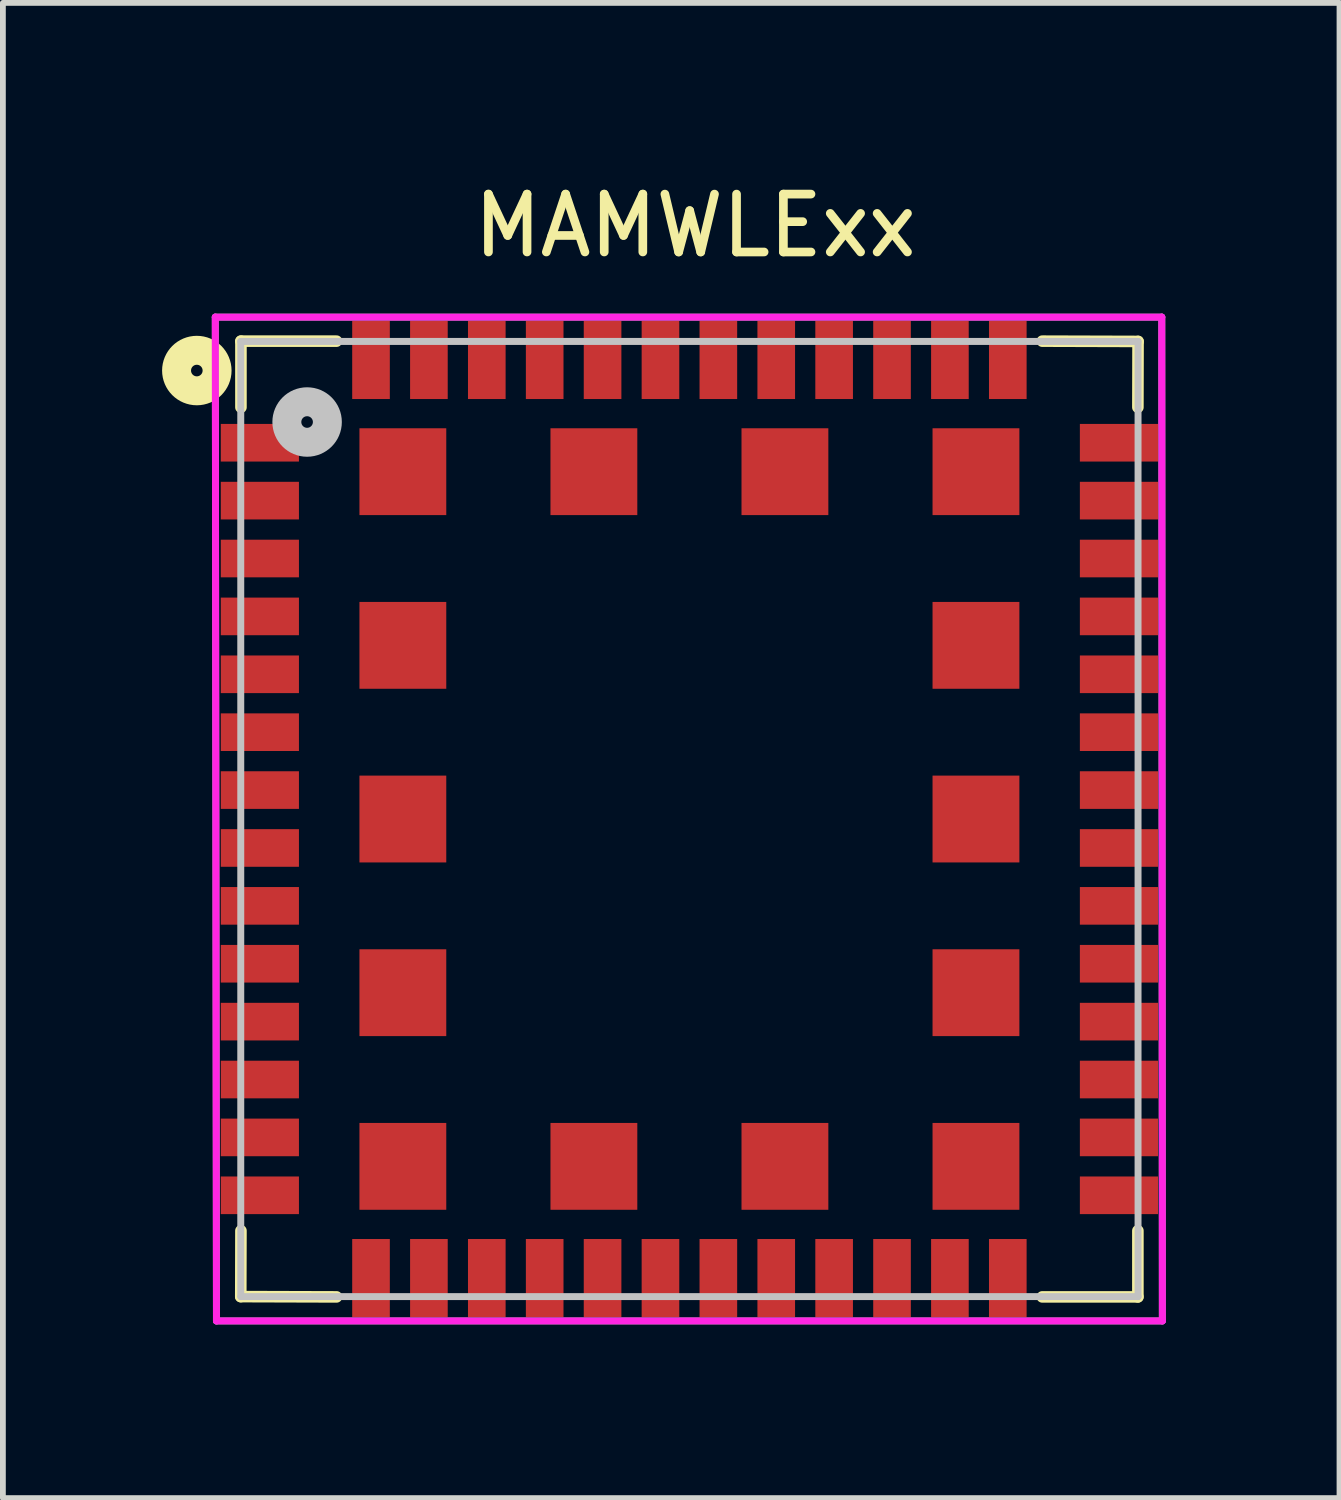
<source format=kicad_pcb>
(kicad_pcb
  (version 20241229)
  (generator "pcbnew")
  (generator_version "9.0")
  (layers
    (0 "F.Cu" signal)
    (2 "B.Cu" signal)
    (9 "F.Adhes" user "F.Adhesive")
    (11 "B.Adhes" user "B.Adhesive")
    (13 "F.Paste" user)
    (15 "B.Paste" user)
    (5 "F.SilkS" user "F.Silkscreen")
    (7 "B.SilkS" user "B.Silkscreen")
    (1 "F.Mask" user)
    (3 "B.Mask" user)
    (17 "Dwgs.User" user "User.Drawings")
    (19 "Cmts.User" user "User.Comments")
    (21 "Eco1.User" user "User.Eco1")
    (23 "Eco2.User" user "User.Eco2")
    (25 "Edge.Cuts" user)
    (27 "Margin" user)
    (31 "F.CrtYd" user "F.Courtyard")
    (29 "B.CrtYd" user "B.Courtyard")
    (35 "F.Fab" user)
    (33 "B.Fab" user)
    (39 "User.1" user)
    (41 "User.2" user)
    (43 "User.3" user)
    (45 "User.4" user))
  (footprint "MAMWLExx"
    (layer "F.Cu")
    (at 8.859 11.098)
    (property "Reference" "MAMWLExx" (at 0.1 -10.25 0) (layer "F.SilkS") (effects (font (size 1 1) (thickness 0.15))))
    (attr through_hole)
    (fp_line (start -7.75 8.25) (end -7.747 7.112) (stroke (width 0.2) (type solid)) (layer "F.SilkS"))
    (fp_line (start -7.75 8.25) (end -6.096 8.255) (stroke (width 0.2) (type solid)) (layer "F.SilkS"))
    (fp_line (start -7.747 -8.255) (end -6.096 -8.255) (stroke (width 0.2) (type solid)) (layer "F.SilkS"))
    (fp_line (start -7.747 -7.112) (end -7.747 -8.255) (stroke (width 0.2) (type solid)) (layer "F.SilkS"))
    (fp_line (start 7.747 7.112) (end 7.747 8.255) (stroke (width 0.2) (type solid)) (layer "F.SilkS"))
    (fp_line (start 7.747 8.255) (end 6.096 8.255) (stroke (width 0.2) (type solid)) (layer "F.SilkS"))
    (fp_line (start 7.75 -8.25) (end 6.096 -8.255) (stroke (width 0.2) (type solid)) (layer "F.SilkS"))
    (fp_line (start 7.75 -8.25) (end 7.747 -7.112) (stroke (width 0.2) (type solid)) (layer "F.SilkS"))
    (fp_circle (center -8.509 -7.747) (end -8.409 -7.747) (stroke (width 0.5) (type solid)) (fill no) (layer "F.SilkS"))
    (fp_line (start -7.75 -8.25) (end -7.75 8.25) (stroke (width 0.12) (type solid)) (layer "Dwgs.User"))
    (fp_line (start -7.75 8.25) (end 7.75 8.25) (stroke (width 0.12) (type solid)) (layer "Dwgs.User"))
    (fp_line (start 7.75 -8.25) (end -7.75 -8.25) (stroke (width 0.12) (type solid)) (layer "Dwgs.User"))
    (fp_line (start 7.75 8.25) (end 7.75 -8.25) (stroke (width 0.12) (type solid)) (layer "Dwgs.User"))
    (fp_circle (center -6.604 -6.858) (end -6.504 -6.858) (stroke (width 0.5) (type solid)) (fill no) (layer "Dwgs.User"))
    (fp_line (start -8.19 -8.67) (end 8.16 -8.67) (stroke (width 0.12) (type solid)) (layer "F.CrtYd"))
    (fp_line (start -8.17 8.67) (end -8.19 -8.67) (stroke (width 0.12) (type solid)) (layer "F.CrtYd"))
    (fp_line (start 8.16 -8.67) (end 8.17 8.67) (stroke (width 0.12) (type solid)) (layer "F.CrtYd"))
    (fp_line (start 8.17 8.67) (end -8.17 8.67) (stroke (width 0.12) (type solid)) (layer "F.CrtYd"))
    (fp_line (start -8.19 -8.67) (end -8.17 8.67) (stroke (width 0.12) (type solid)) (layer "F.Fab"))
    (fp_line (start -8.17 8.67) (end 8.17 8.67) (stroke (width 0.12) (type solid)) (layer "F.Fab"))
    (fp_line (start 8.16 -8.67) (end -8.19 -8.67) (stroke (width 0.12) (type solid)) (layer "F.Fab"))
    (fp_line (start 8.17 8.67) (end 8.16 -8.67) (stroke (width 0.12) (type solid)) (layer "F.Fab"))
    (pad "1" smd rect (at -7.42 -6.5) (size 1.35 0.65) (layers "F.Cu" "F.Mask" "F.Paste"))
    (pad "2" smd rect (at -7.42 -5.5) (size 1.35 0.65) (layers "F.Cu" "F.Mask" "F.Paste"))
    (pad "3" smd rect (at -7.42 -4.5) (size 1.35 0.65) (layers "F.Cu" "F.Mask" "F.Paste"))
    (pad "4" smd rect (at -7.42 -3.5) (size 1.35 0.65) (layers "F.Cu" "F.Mask" "F.Paste"))
    (pad "5" smd rect (at -7.42 -2.5) (size 1.35 0.65) (layers "F.Cu" "F.Mask" "F.Paste"))
    (pad "6" smd rect (at -7.42 -1.5) (size 1.35 0.65) (layers "F.Cu" "F.Mask" "F.Paste"))
    (pad "7" smd rect (at -7.42 -0.5) (size 1.35 0.65) (layers "F.Cu" "F.Mask" "F.Paste"))
    (pad "8" smd rect (at -7.42 0.5) (size 1.35 0.65) (layers "F.Cu" "F.Mask" "F.Paste"))
    (pad "9" smd rect (at -7.42 1.5) (size 1.35 0.65) (layers "F.Cu" "F.Mask" "F.Paste"))
    (pad "10" smd rect (at -7.42 2.5) (size 1.35 0.65) (layers "F.Cu" "F.Mask" "F.Paste"))
    (pad "11" smd rect (at -7.42 3.5) (size 1.35 0.65) (layers "F.Cu" "F.Mask" "F.Paste"))
    (pad "12" smd rect (at -7.42 4.5) (size 1.35 0.65) (layers "F.Cu" "F.Mask" "F.Paste"))
    (pad "13" smd rect (at -7.42 5.5) (size 1.35 0.65) (layers "F.Cu" "F.Mask" "F.Paste"))
    (pad "14" smd rect (at -7.42 6.5) (size 1.35 0.65) (layers "F.Cu" "F.Mask" "F.Paste"))
    (pad "15" smd rect (at -5.5 7.93) (size 0.65 1.35) (layers "F.Cu" "F.Mask" "F.Paste"))
    (pad "16" smd rect (at -4.5 7.93) (size 0.65 1.35) (layers "F.Cu" "F.Mask" "F.Paste"))
    (pad "17" smd rect (at -3.5 7.93) (size 0.65 1.35) (layers "F.Cu" "F.Mask" "F.Paste"))
    (pad "18" smd rect (at -2.5 7.93) (size 0.65 1.35) (layers "F.Cu" "F.Mask" "F.Paste"))
    (pad "19" smd rect (at -1.5 7.93) (size 0.65 1.35) (layers "F.Cu" "F.Mask" "F.Paste"))
    (pad "20" smd rect (at -0.5 7.93) (size 0.65 1.35) (layers "F.Cu" "F.Mask" "F.Paste"))
    (pad "21" smd rect (at 0.5 7.93) (size 0.65 1.35) (layers "F.Cu" "F.Mask" "F.Paste"))
    (pad "22" smd rect (at 1.5 7.93) (size 0.65 1.35) (layers "F.Cu" "F.Mask" "F.Paste"))
    (pad "23" smd rect (at 2.5 7.93) (size 0.65 1.35) (layers "F.Cu" "F.Mask" "F.Paste"))
    (pad "24" smd rect (at 3.5 7.93) (size 0.65 1.35) (layers "F.Cu" "F.Mask" "F.Paste"))
    (pad "25" smd rect (at 4.5 7.93) (size 0.65 1.35) (layers "F.Cu" "F.Mask" "F.Paste"))
    (pad "26" smd rect (at 5.5 7.93) (size 0.65 1.35) (layers "F.Cu" "F.Mask" "F.Paste"))
    (pad "27" smd rect (at 7.42 6.5) (size 1.35 0.65) (layers "F.Cu" "F.Mask" "F.Paste"))
    (pad "28" smd rect (at 7.42 5.5) (size 1.35 0.65) (layers "F.Cu" "F.Mask" "F.Paste"))
    (pad "29" smd rect (at 7.42 4.5) (size 1.35 0.65) (layers "F.Cu" "F.Mask" "F.Paste"))
    (pad "30" smd rect (at 7.42 3.5) (size 1.35 0.65) (layers "F.Cu" "F.Mask" "F.Paste"))
    (pad "31" smd rect (at 7.42 2.5) (size 1.35 0.65) (layers "F.Cu" "F.Mask" "F.Paste"))
    (pad "32" smd rect (at 7.42 1.5) (size 1.35 0.65) (layers "F.Cu" "F.Mask" "F.Paste"))
    (pad "33" smd rect (at 7.42 0.5) (size 1.35 0.65) (layers "F.Cu" "F.Mask" "F.Paste"))
    (pad "34" smd rect (at 7.42 -0.5) (size 1.35 0.65) (layers "F.Cu" "F.Mask" "F.Paste"))
    (pad "35" smd rect (at 7.42 -1.5) (size 1.35 0.65) (layers "F.Cu" "F.Mask" "F.Paste"))
    (pad "36" smd rect (at 7.42 -2.5) (size 1.35 0.65) (layers "F.Cu" "F.Mask" "F.Paste"))
    (pad "37" smd rect (at 7.42 -3.5) (size 1.35 0.65) (layers "F.Cu" "F.Mask" "F.Paste"))
    (pad "38" smd rect (at 7.42 -4.5) (size 1.35 0.65) (layers "F.Cu" "F.Mask" "F.Paste"))
    (pad "39" smd rect (at 7.42 -5.5) (size 1.35 0.65) (layers "F.Cu" "F.Mask" "F.Paste"))
    (pad "40" smd rect (at 7.42 -6.5) (size 1.35 0.65) (layers "F.Cu" "F.Mask" "F.Paste"))
    (pad "41" smd rect (at 5.5 -7.93) (size 0.65 1.35) (layers "F.Cu" "F.Mask" "F.Paste"))
    (pad "42" smd rect (at 4.5 -7.93) (size 0.65 1.35) (layers "F.Cu" "F.Mask" "F.Paste"))
    (pad "43" smd rect (at 3.5 -7.93) (size 0.65 1.35) (layers "F.Cu" "F.Mask" "F.Paste"))
    (pad "44" smd rect (at 2.5 -7.93) (size 0.65 1.35) (layers "F.Cu" "F.Mask" "F.Paste"))
    (pad "45" smd rect (at 1.5 -7.93) (size 0.65 1.35) (layers "F.Cu" "F.Mask" "F.Paste"))
    (pad "46" smd rect (at 0.5 -7.93) (size 0.65 1.35) (layers "F.Cu" "F.Mask" "F.Paste"))
    (pad "47" smd rect (at -0.5 -7.93) (size 0.65 1.35) (layers "F.Cu" "F.Mask" "F.Paste"))
    (pad "48" smd rect (at -1.5 -7.93) (size 0.65 1.35) (layers "F.Cu" "F.Mask" "F.Paste"))
    (pad "49" smd rect (at -2.5 -7.93) (size 0.65 1.35) (layers "F.Cu" "F.Mask" "F.Paste"))
    (pad "50" smd rect (at -3.5 -7.93) (size 0.65 1.35) (layers "F.Cu" "F.Mask" "F.Paste"))
    (pad "51" smd rect (at -4.5 -7.93) (size 0.65 1.35) (layers "F.Cu" "F.Mask" "F.Paste"))
    (pad "52" smd rect (at -5.5 -7.93) (size 0.65 1.35) (layers "F.Cu" "F.Mask" "F.Paste"))
    (pad "53" smd rect (at -4.95 -6) (size 1.5 1.5) (layers "F.Cu" "F.Mask" "F.Paste"))
    (pad "54" smd rect (at -4.95 -3) (size 1.5 1.5) (layers "F.Cu" "F.Mask" "F.Paste"))
    (pad "55" smd rect (at -4.95 0) (size 1.5 1.5) (layers "F.Cu" "F.Mask" "F.Paste"))
    (pad "56" smd rect (at -4.95 3) (size 1.5 1.5) (layers "F.Cu" "F.Mask" "F.Paste"))
    (pad "57" smd rect (at -4.95 6) (size 1.5 1.5) (layers "F.Cu" "F.Mask" "F.Paste"))
    (pad "58" smd rect (at -1.65 6) (size 1.5 1.5) (layers "F.Cu" "F.Mask" "F.Paste"))
    (pad "59" smd rect (at 1.65 6) (size 1.5 1.5) (layers "F.Cu" "F.Mask" "F.Paste"))
    (pad "60" smd rect (at 4.95 6) (size 1.5 1.5) (layers "F.Cu" "F.Mask" "F.Paste"))
    (pad "61" smd rect (at 4.95 3) (size 1.5 1.5) (layers "F.Cu" "F.Mask" "F.Paste"))
    (pad "62" smd rect (at 4.95 0) (size 1.5 1.5) (layers "F.Cu" "F.Mask" "F.Paste"))
    (pad "63" smd rect (at 4.95 -3) (size 1.5 1.5) (layers "F.Cu" "F.Mask" "F.Paste"))
    (pad "64" smd rect (at 4.95 -6) (size 1.5 1.5) (layers "F.Cu" "F.Mask" "F.Paste"))
    (pad "65" smd rect (at 1.65 -6) (size 1.5 1.5) (layers "F.Cu" "F.Mask" "F.Paste"))
    (pad "66" smd rect (at -1.65 -6) (size 1.5 1.5) (layers "F.Cu" "F.Mask" "F.Paste")))
  (gr_rect
    (start -3 -3)
    (end 20.089 22.828)
    (stroke (width 0.1) (type default))
    (fill no)
    (layer "Edge.Cuts")))
</source>
